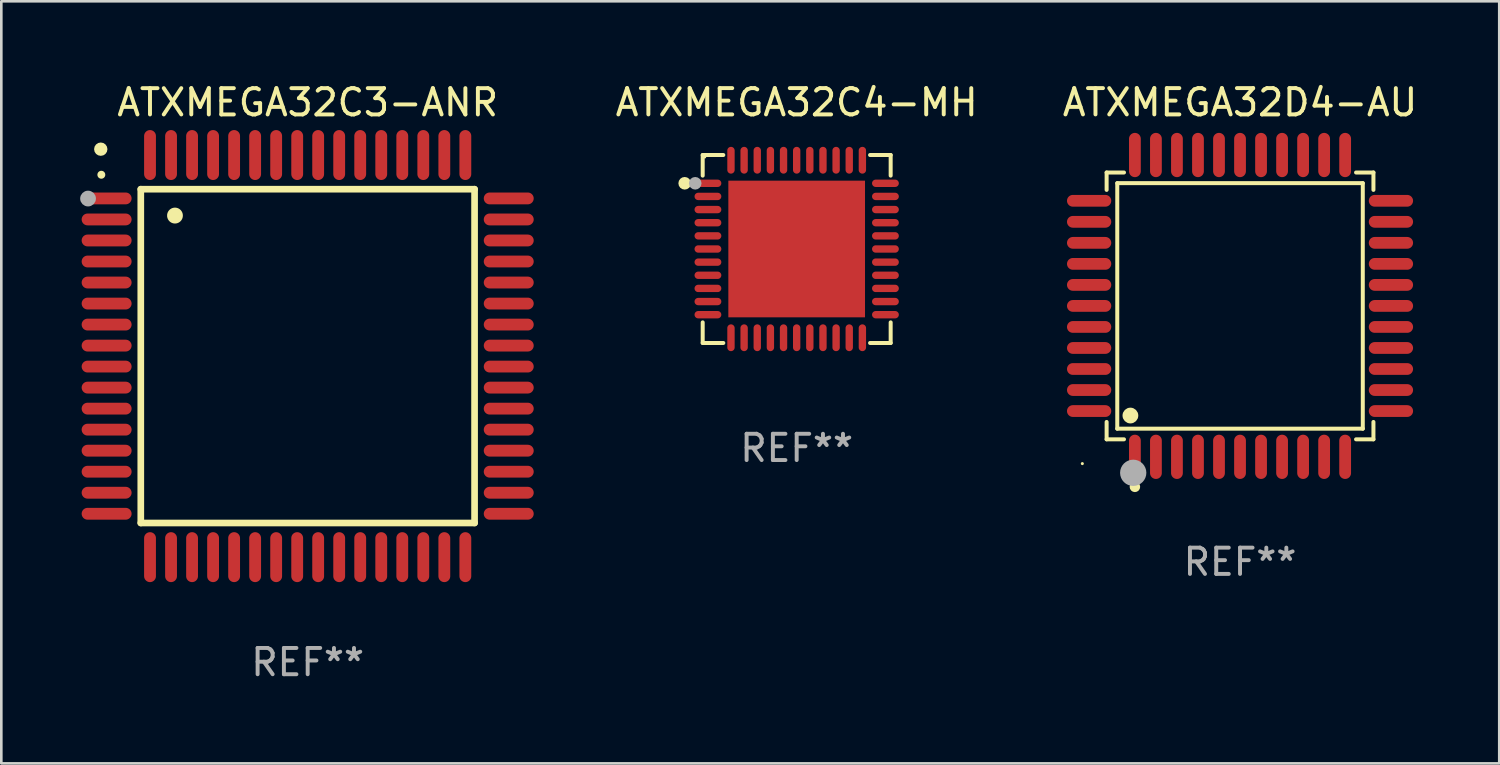
<source format=kicad_pcb>
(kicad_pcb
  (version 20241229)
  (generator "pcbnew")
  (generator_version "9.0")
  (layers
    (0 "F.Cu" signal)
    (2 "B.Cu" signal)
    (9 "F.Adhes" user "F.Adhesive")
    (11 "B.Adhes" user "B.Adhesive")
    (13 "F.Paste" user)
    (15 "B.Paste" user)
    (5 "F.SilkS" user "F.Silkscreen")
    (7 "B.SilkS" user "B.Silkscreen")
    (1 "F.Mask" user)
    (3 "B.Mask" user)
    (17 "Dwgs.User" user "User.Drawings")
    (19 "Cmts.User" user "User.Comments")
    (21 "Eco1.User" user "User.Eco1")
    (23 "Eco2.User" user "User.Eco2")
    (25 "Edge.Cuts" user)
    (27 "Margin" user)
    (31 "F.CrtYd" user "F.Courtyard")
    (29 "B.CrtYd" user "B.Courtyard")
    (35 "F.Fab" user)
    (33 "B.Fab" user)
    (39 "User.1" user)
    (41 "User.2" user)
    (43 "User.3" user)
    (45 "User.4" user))
  (footprint "ATXMEGA32C3-ANR"
    (layer "F.Cu")
    (at 8.657 10.499)
    (property "Reference" "ATXMEGA32C3-ANR" (at 0 -9.65 0) (layer "F.SilkS") (effects (font (size 1 1) (thickness 0.15))))
    (attr through_hole)
    (fp_line (start -6.35 -6.35) (end 6.35 -6.35) (stroke (width 0.254) (type solid)) (layer "F.SilkS"))
    (fp_line (start -6.35 6.35) (end -6.35 -6.35) (stroke (width 0.254) (type solid)) (layer "F.SilkS"))
    (fp_line (start 6.35 -6.35) (end 6.35 6.35) (stroke (width 0.254) (type solid)) (layer "F.SilkS"))
    (fp_line (start 6.35 6.35) (end -6.35 6.35) (stroke (width 0.254) (type solid)) (layer "F.SilkS"))
    (fp_arc (start -7.851156 -6.898654) (mid -7.851161 -6.899924) (end -7.851156 -6.901194) (stroke (width 0.3) (type solid)) (layer "F.SilkS"))
    (fp_arc (start -5.04953 -5.344171) (mid -5.049541 -5.346711) (end -5.04953 -5.349251) (stroke (width 0.6) (type solid)) (layer "F.SilkS"))
    (fp_circle (center -7.873 -7.873) (end -7.746 -7.873) (stroke (width 0.254) (type solid)) (fill no) (layer "F.SilkS"))
    (fp_circle (center -8.357 -5.994) (end -8.207 -5.994) (stroke (width 0.3) (type solid)) (fill no) (layer "F.Fab"))
    (fp_text user "REF**" (at 0 11.65 0) (layer "F.Fab") (effects (font (size 1 1) (thickness 0.15))))
    (pad "1" smd oval (at -7.65 -5.999 90) (size 0.45 1.9) (layers "F.Cu" "F.Mask" "F.Paste"))
    (pad "2" smd oval (at -7.65 -5.199 90) (size 0.45 1.9) (layers "F.Cu" "F.Mask" "F.Paste"))
    (pad "3" smd oval (at -7.65 -4.399 90) (size 0.45 1.9) (layers "F.Cu" "F.Mask" "F.Paste"))
    (pad "4" smd oval (at -7.65 -3.599 90) (size 0.45 1.9) (layers "F.Cu" "F.Mask" "F.Paste"))
    (pad "5" smd oval (at -7.65 -2.799 90) (size 0.45 1.9) (layers "F.Cu" "F.Mask" "F.Paste"))
    (pad "6" smd oval (at -7.65 -1.999 90) (size 0.45 1.9) (layers "F.Cu" "F.Mask" "F.Paste"))
    (pad "7" smd oval (at -7.65 -1.199 90) (size 0.45 1.9) (layers "F.Cu" "F.Mask" "F.Paste"))
    (pad "8" smd oval (at -7.65 -0.399 90) (size 0.45 1.9) (layers "F.Cu" "F.Mask" "F.Paste"))
    (pad "9" smd oval (at -7.65 0.399 90) (size 0.45 1.9) (layers "F.Cu" "F.Mask" "F.Paste"))
    (pad "10" smd oval (at -7.65 1.199 90) (size 0.45 1.9) (layers "F.Cu" "F.Mask" "F.Paste"))
    (pad "11" smd oval (at -7.65 1.999 90) (size 0.45 1.9) (layers "F.Cu" "F.Mask" "F.Paste"))
    (pad "12" smd oval (at -7.65 2.799 90) (size 0.45 1.9) (layers "F.Cu" "F.Mask" "F.Paste"))
    (pad "13" smd oval (at -7.65 3.599 90) (size 0.45 1.9) (layers "F.Cu" "F.Mask" "F.Paste"))
    (pad "14" smd oval (at -7.65 4.399 90) (size 0.45 1.9) (layers "F.Cu" "F.Mask" "F.Paste"))
    (pad "15" smd oval (at -7.65 5.199 90) (size 0.45 1.9) (layers "F.Cu" "F.Mask" "F.Paste"))
    (pad "16" smd oval (at -7.65 5.999 90) (size 0.45 1.9) (layers "F.Cu" "F.Mask" "F.Paste"))
    (pad "17" smd oval (at -5.999 7.65) (size 0.45 1.9) (layers "F.Cu" "F.Mask" "F.Paste"))
    (pad "18" smd oval (at -5.199 7.65) (size 0.45 1.9) (layers "F.Cu" "F.Mask" "F.Paste"))
    (pad "19" smd oval (at -4.399 7.65) (size 0.45 1.9) (layers "F.Cu" "F.Mask" "F.Paste"))
    (pad "20" smd oval (at -3.599 7.65) (size 0.45 1.9) (layers "F.Cu" "F.Mask" "F.Paste"))
    (pad "21" smd oval (at -2.799 7.65) (size 0.45 1.9) (layers "F.Cu" "F.Mask" "F.Paste"))
    (pad "22" smd oval (at -1.999 7.65) (size 0.45 1.9) (layers "F.Cu" "F.Mask" "F.Paste"))
    (pad "23" smd oval (at -1.199 7.65) (size 0.45 1.9) (layers "F.Cu" "F.Mask" "F.Paste"))
    (pad "24" smd oval (at -0.399 7.65) (size 0.45 1.9) (layers "F.Cu" "F.Mask" "F.Paste"))
    (pad "25" smd oval (at 0.399 7.65) (size 0.45 1.9) (layers "F.Cu" "F.Mask" "F.Paste"))
    (pad "26" smd oval (at 1.199 7.65) (size 0.45 1.9) (layers "F.Cu" "F.Mask" "F.Paste"))
    (pad "27" smd oval (at 1.999 7.65) (size 0.45 1.9) (layers "F.Cu" "F.Mask" "F.Paste"))
    (pad "28" smd oval (at 2.799 7.65) (size 0.45 1.9) (layers "F.Cu" "F.Mask" "F.Paste"))
    (pad "29" smd oval (at 3.599 7.65) (size 0.45 1.9) (layers "F.Cu" "F.Mask" "F.Paste"))
    (pad "30" smd oval (at 4.399 7.65) (size 0.45 1.9) (layers "F.Cu" "F.Mask" "F.Paste"))
    (pad "31" smd oval (at 5.199 7.65) (size 0.45 1.9) (layers "F.Cu" "F.Mask" "F.Paste"))
    (pad "32" smd oval (at 5.999 7.65) (size 0.45 1.9) (layers "F.Cu" "F.Mask" "F.Paste"))
    (pad "33" smd oval (at 7.65 5.999 90) (size 0.45 1.9) (layers "F.Cu" "F.Mask" "F.Paste"))
    (pad "34" smd oval (at 7.65 5.199 90) (size 0.45 1.9) (layers "F.Cu" "F.Mask" "F.Paste"))
    (pad "35" smd oval (at 7.65 4.399 90) (size 0.45 1.9) (layers "F.Cu" "F.Mask" "F.Paste"))
    (pad "36" smd oval (at 7.65 3.599 90) (size 0.45 1.9) (layers "F.Cu" "F.Mask" "F.Paste"))
    (pad "37" smd oval (at 7.65 2.799 90) (size 0.45 1.9) (layers "F.Cu" "F.Mask" "F.Paste"))
    (pad "38" smd oval (at 7.65 1.999 90) (size 0.45 1.9) (layers "F.Cu" "F.Mask" "F.Paste"))
    (pad "39" smd oval (at 7.65 1.199 90) (size 0.45 1.9) (layers "F.Cu" "F.Mask" "F.Paste"))
    (pad "40" smd oval (at 7.65 0.399 90) (size 0.45 1.9) (layers "F.Cu" "F.Mask" "F.Paste"))
    (pad "41" smd oval (at 7.65 -0.399 90) (size 0.45 1.9) (layers "F.Cu" "F.Mask" "F.Paste"))
    (pad "42" smd oval (at 7.65 -1.199 90) (size 0.45 1.9) (layers "F.Cu" "F.Mask" "F.Paste"))
    (pad "43" smd oval (at 7.65 -1.999 90) (size 0.45 1.9) (layers "F.Cu" "F.Mask" "F.Paste"))
    (pad "44" smd oval (at 7.65 -2.799 90) (size 0.45 1.9) (layers "F.Cu" "F.Mask" "F.Paste"))
    (pad "45" smd oval (at 7.65 -3.599 90) (size 0.45 1.9) (layers "F.Cu" "F.Mask" "F.Paste"))
    (pad "46" smd oval (at 7.65 -4.399 90) (size 0.45 1.9) (layers "F.Cu" "F.Mask" "F.Paste"))
    (pad "47" smd oval (at 7.65 -5.199 90) (size 0.45 1.9) (layers "F.Cu" "F.Mask" "F.Paste"))
    (pad "48" smd oval (at 7.65 -5.999 90) (size 0.45 1.9) (layers "F.Cu" "F.Mask" "F.Paste"))
    (pad "49" smd oval (at 5.999 -7.65) (size 0.45 1.9) (layers "F.Cu" "F.Mask" "F.Paste"))
    (pad "50" smd oval (at 5.199 -7.65) (size 0.45 1.9) (layers "F.Cu" "F.Mask" "F.Paste"))
    (pad "51" smd oval (at 4.399 -7.65) (size 0.45 1.9) (layers "F.Cu" "F.Mask" "F.Paste"))
    (pad "52" smd oval (at 3.599 -7.65) (size 0.45 1.9) (layers "F.Cu" "F.Mask" "F.Paste"))
    (pad "53" smd oval (at 2.799 -7.65) (size 0.45 1.9) (layers "F.Cu" "F.Mask" "F.Paste"))
    (pad "54" smd oval (at 1.999 -7.65) (size 0.45 1.9) (layers "F.Cu" "F.Mask" "F.Paste"))
    (pad "55" smd oval (at 1.199 -7.65) (size 0.45 1.9) (layers "F.Cu" "F.Mask" "F.Paste"))
    (pad "56" smd oval (at 0.399 -7.65) (size 0.45 1.9) (layers "F.Cu" "F.Mask" "F.Paste"))
    (pad "57" smd oval (at -0.399 -7.65) (size 0.45 1.9) (layers "F.Cu" "F.Mask" "F.Paste"))
    (pad "58" smd oval (at -1.199 -7.65) (size 0.45 1.9) (layers "F.Cu" "F.Mask" "F.Paste"))
    (pad "59" smd oval (at -1.999 -7.65) (size 0.45 1.9) (layers "F.Cu" "F.Mask" "F.Paste"))
    (pad "60" smd oval (at -2.799 -7.65) (size 0.45 1.9) (layers "F.Cu" "F.Mask" "F.Paste"))
    (pad "61" smd oval (at -3.599 -7.65) (size 0.45 1.9) (layers "F.Cu" "F.Mask" "F.Paste"))
    (pad "62" smd oval (at -4.399 -7.65) (size 0.45 1.9) (layers "F.Cu" "F.Mask" "F.Paste"))
    (pad "63" smd oval (at -5.199 -7.65) (size 0.45 1.9) (layers "F.Cu" "F.Mask" "F.Paste"))
    (pad "64" smd oval (at -5.999 -7.65) (size 0.45 1.9) (layers "F.Cu" "F.Mask" "F.Paste")))
  (footprint "ATXMEGA32D4-AU"
    (layer "F.Cu")
    (at 44.132 8.59)
    (property "Reference" "ATXMEGA32D4-AU" (at 0 -7.742 0) (layer "F.SilkS") (effects (font (size 1 1) (thickness 0.15))))
    (attr through_hole)
    (fp_line (start -5.076 -5.076) (end -4.415 -5.076) (stroke (width 0.152) (type solid)) (layer "F.SilkS"))
    (fp_line (start -5.076 -4.415) (end -5.076 -5.076) (stroke (width 0.152) (type solid)) (layer "F.SilkS"))
    (fp_line (start -5.076 4.415) (end -5.076 5.076) (stroke (width 0.152) (type solid)) (layer "F.SilkS"))
    (fp_line (start -5.076 5.076) (end -4.415 5.076) (stroke (width 0.152) (type solid)) (layer "F.SilkS"))
    (fp_line (start -4.671 -4.671) (end 4.671 -4.671) (stroke (width 0.152) (type solid)) (layer "F.SilkS"))
    (fp_line (start -4.671 4.671) (end -4.671 -4.671) (stroke (width 0.152) (type solid)) (layer "F.SilkS"))
    (fp_line (start 4.671 -4.671) (end 4.671 4.671) (stroke (width 0.152) (type solid)) (layer "F.SilkS"))
    (fp_line (start 4.671 4.671) (end -4.671 4.671) (stroke (width 0.152) (type solid)) (layer "F.SilkS"))
    (fp_line (start 5.076 -5.076) (end 4.415 -5.076) (stroke (width 0.152) (type solid)) (layer "F.SilkS"))
    (fp_line (start 5.076 -4.415) (end 5.076 -5.076) (stroke (width 0.152) (type solid)) (layer "F.SilkS"))
    (fp_line (start 5.076 4.415) (end 5.076 5.076) (stroke (width 0.152) (type solid)) (layer "F.SilkS"))
    (fp_line (start 5.076 5.076) (end 4.415 5.076) (stroke (width 0.152) (type solid)) (layer "F.SilkS"))
    (fp_circle (center -6 6) (end -5.97 6) (stroke (width 0.06) (type solid)) (fill no) (layer "F.SilkS"))
    (fp_circle (center -4.171 4.171) (end -4.021 4.171) (stroke (width 0.3) (type solid)) (fill no) (layer "F.SilkS"))
    (fp_circle (center -4 6.884) (end -3.9 6.884) (stroke (width 0.2) (type solid)) (fill no) (layer "F.SilkS"))
    (fp_circle (center -4.064 6.35) (end -3.814 6.35) (stroke (width 0.5) (type solid)) (fill no) (layer "F.Fab"))
    (fp_text user "REF**" (at 0 9.742 0) (layer "F.Fab") (effects (font (size 1 1) (thickness 0.15))))
    (pad "1" smd oval (at -4 5.742) (size 0.448 1.684) (layers "F.Cu" "F.Mask" "F.Paste"))
    (pad "2" smd oval (at -3.2 5.742) (size 0.448 1.684) (layers "F.Cu" "F.Mask" "F.Paste"))
    (pad "3" smd oval (at -2.4 5.742) (size 0.448 1.684) (layers "F.Cu" "F.Mask" "F.Paste"))
    (pad "4" smd oval (at -1.6 5.742) (size 0.448 1.684) (layers "F.Cu" "F.Mask" "F.Paste"))
    (pad "5" smd oval (at -0.8 5.742) (size 0.448 1.684) (layers "F.Cu" "F.Mask" "F.Paste"))
    (pad "6" smd oval (at 0 5.742) (size 0.448 1.684) (layers "F.Cu" "F.Mask" "F.Paste"))
    (pad "7" smd oval (at 0.8 5.742) (size 0.448 1.684) (layers "F.Cu" "F.Mask" "F.Paste"))
    (pad "8" smd oval (at 1.6 5.742) (size 0.448 1.684) (layers "F.Cu" "F.Mask" "F.Paste"))
    (pad "9" smd oval (at 2.4 5.742) (size 0.448 1.684) (layers "F.Cu" "F.Mask" "F.Paste"))
    (pad "10" smd oval (at 3.2 5.742) (size 0.448 1.684) (layers "F.Cu" "F.Mask" "F.Paste"))
    (pad "11" smd oval (at 4 5.742) (size 0.448 1.684) (layers "F.Cu" "F.Mask" "F.Paste"))
    (pad "12" smd oval (at 5.742 4) (size 1.684 0.448) (layers "F.Cu" "F.Mask" "F.Paste"))
    (pad "13" smd oval (at 5.742 3.2) (size 1.684 0.448) (layers "F.Cu" "F.Mask" "F.Paste"))
    (pad "14" smd oval (at 5.742 2.4) (size 1.684 0.448) (layers "F.Cu" "F.Mask" "F.Paste"))
    (pad "15" smd oval (at 5.742 1.6) (size 1.684 0.448) (layers "F.Cu" "F.Mask" "F.Paste"))
    (pad "16" smd oval (at 5.742 0.8) (size 1.684 0.448) (layers "F.Cu" "F.Mask" "F.Paste"))
    (pad "17" smd oval (at 5.742 0) (size 1.684 0.448) (layers "F.Cu" "F.Mask" "F.Paste"))
    (pad "18" smd oval (at 5.742 -0.8) (size 1.684 0.448) (layers "F.Cu" "F.Mask" "F.Paste"))
    (pad "19" smd oval (at 5.742 -1.6) (size 1.684 0.448) (layers "F.Cu" "F.Mask" "F.Paste"))
    (pad "20" smd oval (at 5.742 -2.4) (size 1.684 0.448) (layers "F.Cu" "F.Mask" "F.Paste"))
    (pad "21" smd oval (at 5.742 -3.2) (size 1.684 0.448) (layers "F.Cu" "F.Mask" "F.Paste"))
    (pad "22" smd oval (at 5.742 -4) (size 1.684 0.448) (layers "F.Cu" "F.Mask" "F.Paste"))
    (pad "23" smd oval (at 4 -5.742) (size 0.448 1.684) (layers "F.Cu" "F.Mask" "F.Paste"))
    (pad "24" smd oval (at 3.2 -5.742) (size 0.448 1.684) (layers "F.Cu" "F.Mask" "F.Paste"))
    (pad "25" smd oval (at 2.4 -5.742) (size 0.448 1.684) (layers "F.Cu" "F.Mask" "F.Paste"))
    (pad "26" smd oval (at 1.6 -5.742) (size 0.448 1.684) (layers "F.Cu" "F.Mask" "F.Paste"))
    (pad "27" smd oval (at 0.8 -5.742) (size 0.448 1.684) (layers "F.Cu" "F.Mask" "F.Paste"))
    (pad "28" smd oval (at 0 -5.742) (size 0.448 1.684) (layers "F.Cu" "F.Mask" "F.Paste"))
    (pad "29" smd oval (at -0.8 -5.742) (size 0.448 1.684) (layers "F.Cu" "F.Mask" "F.Paste"))
    (pad "30" smd oval (at -1.6 -5.742) (size 0.448 1.684) (layers "F.Cu" "F.Mask" "F.Paste"))
    (pad "31" smd oval (at -2.4 -5.742) (size 0.448 1.684) (layers "F.Cu" "F.Mask" "F.Paste"))
    (pad "32" smd oval (at -3.2 -5.742) (size 0.448 1.684) (layers "F.Cu" "F.Mask" "F.Paste"))
    (pad "33" smd oval (at -4 -5.742) (size 0.448 1.684) (layers "F.Cu" "F.Mask" "F.Paste"))
    (pad "34" smd oval (at -5.742 -4) (size 1.684 0.448) (layers "F.Cu" "F.Mask" "F.Paste"))
    (pad "35" smd oval (at -5.742 -3.2) (size 1.684 0.448) (layers "F.Cu" "F.Mask" "F.Paste"))
    (pad "36" smd oval (at -5.742 -2.4) (size 1.684 0.448) (layers "F.Cu" "F.Mask" "F.Paste"))
    (pad "37" smd oval (at -5.742 -1.6) (size 1.684 0.448) (layers "F.Cu" "F.Mask" "F.Paste"))
    (pad "38" smd oval (at -5.742 -0.8) (size 1.684 0.448) (layers "F.Cu" "F.Mask" "F.Paste"))
    (pad "39" smd oval (at -5.742 0) (size 1.684 0.448) (layers "F.Cu" "F.Mask" "F.Paste"))
    (pad "40" smd oval (at -5.742 0.8) (size 1.684 0.448) (layers "F.Cu" "F.Mask" "F.Paste"))
    (pad "41" smd oval (at -5.742 1.6) (size 1.684 0.448) (layers "F.Cu" "F.Mask" "F.Paste"))
    (pad "42" smd oval (at -5.742 2.4) (size 1.684 0.448) (layers "F.Cu" "F.Mask" "F.Paste"))
    (pad "43" smd oval (at -5.742 3.2) (size 1.684 0.448) (layers "F.Cu" "F.Mask" "F.Paste"))
    (pad "44" smd oval (at -5.742 4) (size 1.684 0.448) (layers "F.Cu" "F.Mask" "F.Paste")))
  (footprint "ATXMEGA32C4-MH"
    (layer "F.Cu")
    (at 27.263 6.424)
    (property "Reference" "ATXMEGA32C4-MH" (at 0 -5.576 0) (layer "F.SilkS") (effects (font (size 1 1) (thickness 0.15))))
    (attr through_hole)
    (fp_line (start -3.576 -3.576) (end -2.792 -3.576) (stroke (width 0.152) (type solid)) (layer "F.SilkS"))
    (fp_line (start -3.576 -2.792) (end -3.576 -3.576) (stroke (width 0.152) (type solid)) (layer "F.SilkS"))
    (fp_line (start -3.576 2.792) (end -3.576 3.576) (stroke (width 0.152) (type solid)) (layer "F.SilkS"))
    (fp_line (start -3.576 3.576) (end -2.792 3.576) (stroke (width 0.152) (type solid)) (layer "F.SilkS"))
    (fp_line (start 3.576 -3.576) (end 2.792 -3.576) (stroke (width 0.152) (type solid)) (layer "F.SilkS"))
    (fp_line (start 3.576 -2.792) (end 3.576 -3.576) (stroke (width 0.152) (type solid)) (layer "F.SilkS"))
    (fp_line (start 3.576 2.792) (end 3.576 3.576) (stroke (width 0.152) (type solid)) (layer "F.SilkS"))
    (fp_line (start 3.576 3.576) (end 2.792 3.576) (stroke (width 0.152) (type solid)) (layer "F.SilkS"))
    (fp_circle (center -4.261 -2.5) (end -4.141 -2.5) (stroke (width 0.24) (type solid)) (fill no) (layer "F.SilkS"))
    (fp_circle (center -3.5 -3.5) (end -3.47 -3.5) (stroke (width 0.06) (type solid)) (fill no) (layer "F.SilkS"))
    (fp_circle (center -3.861 -2.5) (end -3.741 -2.5) (stroke (width 0.24) (type solid)) (fill no) (layer "F.Fab"))
    (fp_text user "REF**" (at 0 7.576 0) (layer "F.Fab") (effects (font (size 1 1) (thickness 0.15))))
    (pad "1" smd oval (at -3.377 -2.5) (size 1.02 0.28) (layers "F.Cu" "F.Mask" "F.Paste"))
    (pad "2" smd oval (at -3.377 -2) (size 1.02 0.28) (layers "F.Cu" "F.Mask" "F.Paste"))
    (pad "3" smd oval (at -3.377 -1.5) (size 1.02 0.28) (layers "F.Cu" "F.Mask" "F.Paste"))
    (pad "4" smd oval (at -3.377 -1) (size 1.02 0.28) (layers "F.Cu" "F.Mask" "F.Paste"))
    (pad "5" smd oval (at -3.377 -0.5) (size 1.02 0.28) (layers "F.Cu" "F.Mask" "F.Paste"))
    (pad "6" smd oval (at -3.377 0) (size 1.02 0.28) (layers "F.Cu" "F.Mask" "F.Paste"))
    (pad "7" smd oval (at -3.377 0.5) (size 1.02 0.28) (layers "F.Cu" "F.Mask" "F.Paste"))
    (pad "8" smd oval (at -3.377 1) (size 1.02 0.28) (layers "F.Cu" "F.Mask" "F.Paste"))
    (pad "9" smd oval (at -3.377 1.5) (size 1.02 0.28) (layers "F.Cu" "F.Mask" "F.Paste"))
    (pad "10" smd oval (at -3.377 2) (size 1.02 0.28) (layers "F.Cu" "F.Mask" "F.Paste"))
    (pad "11" smd oval (at -3.377 2.5) (size 1.02 0.28) (layers "F.Cu" "F.Mask" "F.Paste"))
    (pad "12" smd oval (at -2.5 3.377) (size 0.28 1.02) (layers "F.Cu" "F.Mask" "F.Paste"))
    (pad "13" smd oval (at -2 3.377) (size 0.28 1.02) (layers "F.Cu" "F.Mask" "F.Paste"))
    (pad "14" smd oval (at -1.5 3.377) (size 0.28 1.02) (layers "F.Cu" "F.Mask" "F.Paste"))
    (pad "15" smd oval (at -1 3.377) (size 0.28 1.02) (layers "F.Cu" "F.Mask" "F.Paste"))
    (pad "16" smd oval (at -0.5 3.377) (size 0.28 1.02) (layers "F.Cu" "F.Mask" "F.Paste"))
    (pad "17" smd oval (at 0 3.377) (size 0.28 1.02) (layers "F.Cu" "F.Mask" "F.Paste"))
    (pad "18" smd oval (at 0.5 3.377) (size 0.28 1.02) (layers "F.Cu" "F.Mask" "F.Paste"))
    (pad "19" smd oval (at 1 3.377) (size 0.28 1.02) (layers "F.Cu" "F.Mask" "F.Paste"))
    (pad "20" smd oval (at 1.5 3.377) (size 0.28 1.02) (layers "F.Cu" "F.Mask" "F.Paste"))
    (pad "21" smd oval (at 2 3.377) (size 0.28 1.02) (layers "F.Cu" "F.Mask" "F.Paste"))
    (pad "22" smd oval (at 2.5 3.377) (size 0.28 1.02) (layers "F.Cu" "F.Mask" "F.Paste"))
    (pad "23" smd oval (at 3.377 2.5) (size 1.02 0.28) (layers "F.Cu" "F.Mask" "F.Paste"))
    (pad "24" smd oval (at 3.377 2) (size 1.02 0.28) (layers "F.Cu" "F.Mask" "F.Paste"))
    (pad "25" smd oval (at 3.377 1.5) (size 1.02 0.28) (layers "F.Cu" "F.Mask" "F.Paste"))
    (pad "26" smd oval (at 3.377 1) (size 1.02 0.28) (layers "F.Cu" "F.Mask" "F.Paste"))
    (pad "27" smd oval (at 3.377 0.5) (size 1.02 0.28) (layers "F.Cu" "F.Mask" "F.Paste"))
    (pad "28" smd oval (at 3.377 0) (size 1.02 0.28) (layers "F.Cu" "F.Mask" "F.Paste"))
    (pad "29" smd oval (at 3.377 -0.5) (size 1.02 0.28) (layers "F.Cu" "F.Mask" "F.Paste"))
    (pad "30" smd oval (at 3.377 -1) (size 1.02 0.28) (layers "F.Cu" "F.Mask" "F.Paste"))
    (pad "31" smd oval (at 3.377 -1.5) (size 1.02 0.28) (layers "F.Cu" "F.Mask" "F.Paste"))
    (pad "32" smd oval (at 3.377 -2) (size 1.02 0.28) (layers "F.Cu" "F.Mask" "F.Paste"))
    (pad "33" smd oval (at 3.377 -2.5) (size 1.02 0.28) (layers "F.Cu" "F.Mask" "F.Paste"))
    (pad "34" smd oval (at 2.5 -3.377) (size 0.28 1.02) (layers "F.Cu" "F.Mask" "F.Paste"))
    (pad "35" smd oval (at 2 -3.377) (size 0.28 1.02) (layers "F.Cu" "F.Mask" "F.Paste"))
    (pad "36" smd oval (at 1.5 -3.377) (size 0.28 1.02) (layers "F.Cu" "F.Mask" "F.Paste"))
    (pad "37" smd oval (at 1 -3.377) (size 0.28 1.02) (layers "F.Cu" "F.Mask" "F.Paste"))
    (pad "38" smd oval (at 0.5 -3.377) (size 0.28 1.02) (layers "F.Cu" "F.Mask" "F.Paste"))
    (pad "39" smd oval (at 0 -3.377) (size 0.28 1.02) (layers "F.Cu" "F.Mask" "F.Paste"))
    (pad "40" smd oval (at -0.5 -3.377) (size 0.28 1.02) (layers "F.Cu" "F.Mask" "F.Paste"))
    (pad "41" smd oval (at -1 -3.377) (size 0.28 1.02) (layers "F.Cu" "F.Mask" "F.Paste"))
    (pad "42" smd oval (at -1.5 -3.377) (size 0.28 1.02) (layers "F.Cu" "F.Mask" "F.Paste"))
    (pad "43" smd oval (at -2 -3.377) (size 0.28 1.02) (layers "F.Cu" "F.Mask" "F.Paste"))
    (pad "44" smd oval (at -2.5 -3.377) (size 0.28 1.02) (layers "F.Cu" "F.Mask" "F.Paste"))
    (pad "45" smd rect (at 0 0) (size 5.2 5.2) (layers "F.Cu" "F.Mask" "F.Paste")))
  (gr_rect
    (start -3 -3)
    (end 53.995 25.997)
    (stroke (width 0.1) (type default))
    (fill no)
    (layer "Edge.Cuts")))
</source>
